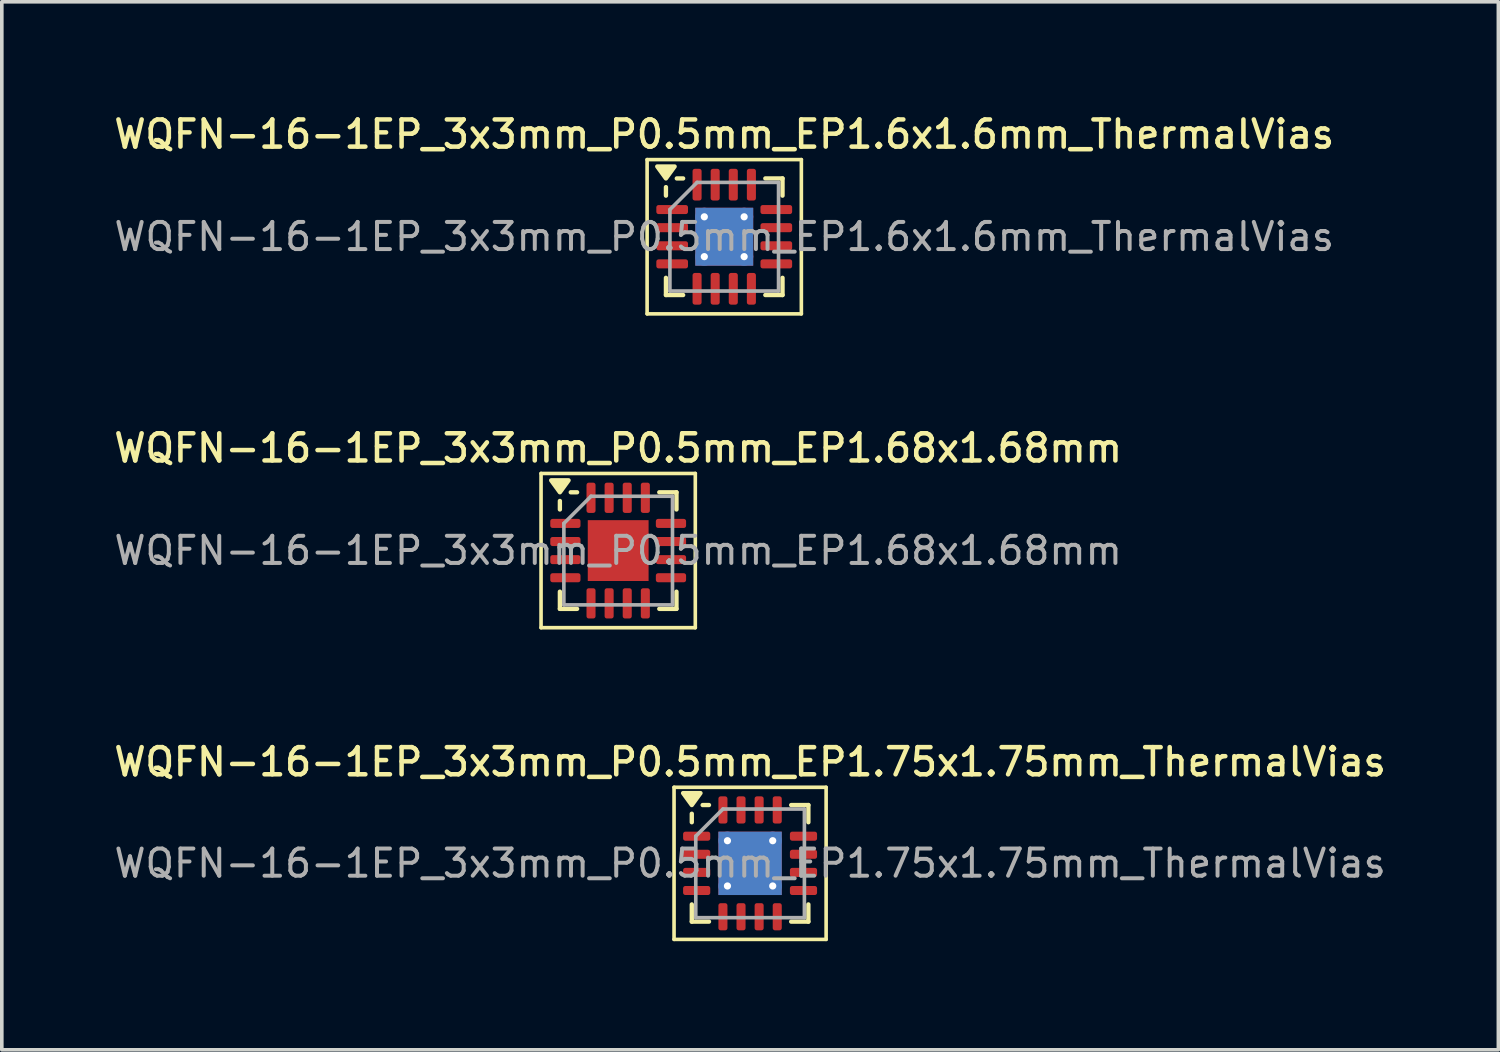
<source format=kicad_pcb>
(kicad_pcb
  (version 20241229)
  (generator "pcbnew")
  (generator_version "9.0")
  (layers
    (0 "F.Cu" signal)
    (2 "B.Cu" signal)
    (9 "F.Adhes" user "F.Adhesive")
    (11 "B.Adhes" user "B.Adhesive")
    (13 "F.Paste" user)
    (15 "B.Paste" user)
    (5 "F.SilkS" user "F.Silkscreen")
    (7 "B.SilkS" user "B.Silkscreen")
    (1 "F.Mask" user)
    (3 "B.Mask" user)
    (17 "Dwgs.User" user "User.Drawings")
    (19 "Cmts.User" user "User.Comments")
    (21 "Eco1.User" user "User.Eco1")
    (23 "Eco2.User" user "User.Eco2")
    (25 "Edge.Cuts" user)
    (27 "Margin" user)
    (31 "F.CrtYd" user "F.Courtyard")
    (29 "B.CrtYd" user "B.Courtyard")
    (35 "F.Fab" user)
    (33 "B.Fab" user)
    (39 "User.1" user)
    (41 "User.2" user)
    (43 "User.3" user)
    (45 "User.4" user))
  (footprint "WQFN-16-1EP_3x3mm_P0.5mm_EP1.68x1.68mm"
    (layer "F.Cu")
    (at 14.023 12.156)
    (property "Reference" "WQFN-16-1EP_3x3mm_P0.5mm_EP1.68x1.68mm" (at 0 -2.83 0) (layer "F.SilkS") (effects (font (size 0.75 0.75) (thickness 0.125))))
    (attr smd)
    (fp_line (start -2.13 -2.13) (end -2.13 2.13) (stroke (width 0.1) (type solid)) (layer "F.SilkS"))
    (fp_line (start -2.13 2.13) (end 2.13 2.13) (stroke (width 0.1) (type solid)) (layer "F.SilkS"))
    (fp_line (start -1.61 -1.135) (end -1.61 -1.37) (stroke (width 0.12) (type solid)) (layer "F.SilkS"))
    (fp_line (start -1.61 1.61) (end -1.61 1.135) (stroke (width 0.12) (type solid)) (layer "F.SilkS"))
    (fp_line (start -1.135 -1.61) (end -1.31 -1.61) (stroke (width 0.12) (type solid)) (layer "F.SilkS"))
    (fp_line (start -1.135 1.61) (end -1.61 1.61) (stroke (width 0.12) (type solid)) (layer "F.SilkS"))
    (fp_line (start 1.135 -1.61) (end 1.61 -1.61) (stroke (width 0.12) (type solid)) (layer "F.SilkS"))
    (fp_line (start 1.135 1.61) (end 1.61 1.61) (stroke (width 0.12) (type solid)) (layer "F.SilkS"))
    (fp_line (start 1.61 -1.61) (end 1.61 -1.135) (stroke (width 0.12) (type solid)) (layer "F.SilkS"))
    (fp_line (start 1.61 1.61) (end 1.61 1.135) (stroke (width 0.12) (type solid)) (layer "F.SilkS"))
    (fp_line (start 2.13 -2.13) (end -2.13 -2.13) (stroke (width 0.1) (type solid)) (layer "F.SilkS"))
    (fp_line (start 2.13 2.13) (end 2.13 -2.13) (stroke (width 0.1) (type solid)) (layer "F.SilkS"))
    (fp_poly (pts (xy -1.61 -1.61) (xy -1.85 -1.94) (xy -1.37 -1.94) (xy -1.61 -1.61)) (stroke (width 0.12) (type solid)) (fill yes) (layer "F.SilkS"))
    (fp_line (start -1.5 -0.75) (end -0.75 -1.5) (stroke (width 0.1) (type solid)) (layer "F.Fab"))
    (fp_line (start -1.5 1.5) (end -1.5 -0.75) (stroke (width 0.1) (type solid)) (layer "F.Fab"))
    (fp_line (start -0.75 -1.5) (end 1.5 -1.5) (stroke (width 0.1) (type solid)) (layer "F.Fab"))
    (fp_line (start 1.5 -1.5) (end 1.5 1.5) (stroke (width 0.1) (type solid)) (layer "F.Fab"))
    (fp_line (start 1.5 1.5) (end -1.5 1.5) (stroke (width 0.1) (type solid)) (layer "F.Fab"))
    (fp_text user "${REFERENCE}" (at 0 0 0) (layer "F.Fab") (effects (font (size 0.75 0.75) (thickness 0.11))))
    (pad "" smd roundrect (at -0.42 -0.42) (size 0.68 0.68) (layers "F.Paste") (roundrect_rratio 0.25))
    (pad "" smd roundrect (at -0.42 0.42) (size 0.68 0.68) (layers "F.Paste") (roundrect_rratio 0.25))
    (pad "" smd roundrect (at 0.42 -0.42) (size 0.68 0.68) (layers "F.Paste") (roundrect_rratio 0.25))
    (pad "" smd roundrect (at 0.42 0.42) (size 0.68 0.68) (layers "F.Paste") (roundrect_rratio 0.25))
    (pad "1" smd roundrect (at -1.458 -0.75) (size 0.835 0.25) (layers "F.Cu" "F.Mask" "F.Paste") (roundrect_rratio 0.25))
    (pad "2" smd roundrect (at -1.458 -0.25) (size 0.835 0.25) (layers "F.Cu" "F.Mask" "F.Paste") (roundrect_rratio 0.25))
    (pad "3" smd roundrect (at -1.458 0.25) (size 0.835 0.25) (layers "F.Cu" "F.Mask" "F.Paste") (roundrect_rratio 0.25))
    (pad "4" smd roundrect (at -1.458 0.75) (size 0.835 0.25) (layers "F.Cu" "F.Mask" "F.Paste") (roundrect_rratio 0.25))
    (pad "5" smd roundrect (at -0.75 1.458) (size 0.25 0.835) (layers "F.Cu" "F.Mask" "F.Paste") (roundrect_rratio 0.25))
    (pad "6" smd roundrect (at -0.25 1.458) (size 0.25 0.835) (layers "F.Cu" "F.Mask" "F.Paste") (roundrect_rratio 0.25))
    (pad "7" smd roundrect (at 0.25 1.458) (size 0.25 0.835) (layers "F.Cu" "F.Mask" "F.Paste") (roundrect_rratio 0.25))
    (pad "8" smd roundrect (at 0.75 1.458) (size 0.25 0.835) (layers "F.Cu" "F.Mask" "F.Paste") (roundrect_rratio 0.25))
    (pad "9" smd roundrect (at 1.458 0.75) (size 0.835 0.25) (layers "F.Cu" "F.Mask" "F.Paste") (roundrect_rratio 0.25))
    (pad "10" smd roundrect (at 1.458 0.25) (size 0.835 0.25) (layers "F.Cu" "F.Mask" "F.Paste") (roundrect_rratio 0.25))
    (pad "11" smd roundrect (at 1.458 -0.25) (size 0.835 0.25) (layers "F.Cu" "F.Mask" "F.Paste") (roundrect_rratio 0.25))
    (pad "12" smd roundrect (at 1.458 -0.75) (size 0.835 0.25) (layers "F.Cu" "F.Mask" "F.Paste") (roundrect_rratio 0.25))
    (pad "13" smd roundrect (at 0.75 -1.458) (size 0.25 0.835) (layers "F.Cu" "F.Mask" "F.Paste") (roundrect_rratio 0.25))
    (pad "14" smd roundrect (at 0.25 -1.458) (size 0.25 0.835) (layers "F.Cu" "F.Mask" "F.Paste") (roundrect_rratio 0.25))
    (pad "15" smd roundrect (at -0.25 -1.458) (size 0.25 0.835) (layers "F.Cu" "F.Mask" "F.Paste") (roundrect_rratio 0.25))
    (pad "16" smd roundrect (at -0.75 -1.458) (size 0.25 0.835) (layers "F.Cu" "F.Mask" "F.Paste") (roundrect_rratio 0.25))
    (pad "17" smd rect (at 0 0) (size 1.68 1.68) (property pad_prop_heatsink) (layers "F.Cu" "F.Mask")))
  (footprint "WQFN-16-1EP_3x3mm_P0.5mm_EP1.6x1.6mm_ThermalVias"
    (layer "F.Cu")
    (at 16.952 3.488)
    (property "Reference" "WQFN-16-1EP_3x3mm_P0.5mm_EP1.6x1.6mm_ThermalVias" (at 0 -2.83 0) (layer "F.SilkS") (effects (font (size 0.75 0.75) (thickness 0.125))))
    (attr smd)
    (fp_line (start -2.13 -2.13) (end -2.13 2.13) (stroke (width 0.1) (type solid)) (layer "F.SilkS"))
    (fp_line (start -2.13 2.13) (end 2.13 2.13) (stroke (width 0.1) (type solid)) (layer "F.SilkS"))
    (fp_line (start -1.61 -1.135) (end -1.61 -1.37) (stroke (width 0.12) (type solid)) (layer "F.SilkS"))
    (fp_line (start -1.61 1.61) (end -1.61 1.135) (stroke (width 0.12) (type solid)) (layer "F.SilkS"))
    (fp_line (start -1.135 -1.61) (end -1.31 -1.61) (stroke (width 0.12) (type solid)) (layer "F.SilkS"))
    (fp_line (start -1.135 1.61) (end -1.61 1.61) (stroke (width 0.12) (type solid)) (layer "F.SilkS"))
    (fp_line (start 1.135 -1.61) (end 1.61 -1.61) (stroke (width 0.12) (type solid)) (layer "F.SilkS"))
    (fp_line (start 1.135 1.61) (end 1.61 1.61) (stroke (width 0.12) (type solid)) (layer "F.SilkS"))
    (fp_line (start 1.61 -1.61) (end 1.61 -1.135) (stroke (width 0.12) (type solid)) (layer "F.SilkS"))
    (fp_line (start 1.61 1.61) (end 1.61 1.135) (stroke (width 0.12) (type solid)) (layer "F.SilkS"))
    (fp_line (start 2.13 -2.13) (end -2.13 -2.13) (stroke (width 0.1) (type solid)) (layer "F.SilkS"))
    (fp_line (start 2.13 2.13) (end 2.13 -2.13) (stroke (width 0.1) (type solid)) (layer "F.SilkS"))
    (fp_poly (pts (xy -1.61 -1.61) (xy -1.85 -1.94) (xy -1.37 -1.94) (xy -1.61 -1.61)) (stroke (width 0.12) (type solid)) (fill yes) (layer "F.SilkS"))
    (fp_line (start -1.5 -0.75) (end -0.75 -1.5) (stroke (width 0.1) (type solid)) (layer "F.Fab"))
    (fp_line (start -1.5 1.5) (end -1.5 -0.75) (stroke (width 0.1) (type solid)) (layer "F.Fab"))
    (fp_line (start -0.75 -1.5) (end 1.5 -1.5) (stroke (width 0.1) (type solid)) (layer "F.Fab"))
    (fp_line (start 1.5 -1.5) (end 1.5 1.5) (stroke (width 0.1) (type solid)) (layer "F.Fab"))
    (fp_line (start 1.5 1.5) (end -1.5 1.5) (stroke (width 0.1) (type solid)) (layer "F.Fab"))
    (fp_text user "${REFERENCE}" (at 0 0 0) (layer "F.Fab") (effects (font (size 0.75 0.75) (thickness 0.11))))
    (pad "" smd roundrect (at -0.4 -0.4) (size 0.69 0.69) (layers "F.Paste") (roundrect_rratio 0.25))
    (pad "" smd roundrect (at -0.4 0.4) (size 0.69 0.69) (layers "F.Paste") (roundrect_rratio 0.25))
    (pad "" smd roundrect (at 0.4 -0.4) (size 0.69 0.69) (layers "F.Paste") (roundrect_rratio 0.25))
    (pad "" smd roundrect (at 0.4 0.4) (size 0.69 0.69) (layers "F.Paste") (roundrect_rratio 0.25))
    (pad "1" smd roundrect (at -1.438 -0.75) (size 0.875 0.25) (layers "F.Cu" "F.Mask" "F.Paste") (roundrect_rratio 0.25))
    (pad "2" smd roundrect (at -1.438 -0.25) (size 0.875 0.25) (layers "F.Cu" "F.Mask" "F.Paste") (roundrect_rratio 0.25))
    (pad "3" smd roundrect (at -1.438 0.25) (size 0.875 0.25) (layers "F.Cu" "F.Mask" "F.Paste") (roundrect_rratio 0.25))
    (pad "4" smd roundrect (at -1.438 0.75) (size 0.875 0.25) (layers "F.Cu" "F.Mask" "F.Paste") (roundrect_rratio 0.25))
    (pad "5" smd roundrect (at -0.75 1.438) (size 0.25 0.875) (layers "F.Cu" "F.Mask" "F.Paste") (roundrect_rratio 0.25))
    (pad "6" smd roundrect (at -0.25 1.438) (size 0.25 0.875) (layers "F.Cu" "F.Mask" "F.Paste") (roundrect_rratio 0.25))
    (pad "7" smd roundrect (at 0.25 1.438) (size 0.25 0.875) (layers "F.Cu" "F.Mask" "F.Paste") (roundrect_rratio 0.25))
    (pad "8" smd roundrect (at 0.75 1.438) (size 0.25 0.875) (layers "F.Cu" "F.Mask" "F.Paste") (roundrect_rratio 0.25))
    (pad "9" smd roundrect (at 1.438 0.75) (size 0.875 0.25) (layers "F.Cu" "F.Mask" "F.Paste") (roundrect_rratio 0.25))
    (pad "10" smd roundrect (at 1.438 0.25) (size 0.875 0.25) (layers "F.Cu" "F.Mask" "F.Paste") (roundrect_rratio 0.25))
    (pad "11" smd roundrect (at 1.438 -0.25) (size 0.875 0.25) (layers "F.Cu" "F.Mask" "F.Paste") (roundrect_rratio 0.25))
    (pad "12" smd roundrect (at 1.438 -0.75) (size 0.875 0.25) (layers "F.Cu" "F.Mask" "F.Paste") (roundrect_rratio 0.25))
    (pad "13" smd roundrect (at 0.75 -1.438) (size 0.25 0.875) (layers "F.Cu" "F.Mask" "F.Paste") (roundrect_rratio 0.25))
    (pad "14" smd roundrect (at 0.25 -1.438) (size 0.25 0.875) (layers "F.Cu" "F.Mask" "F.Paste") (roundrect_rratio 0.25))
    (pad "15" smd roundrect (at -0.25 -1.438) (size 0.25 0.875) (layers "F.Cu" "F.Mask" "F.Paste") (roundrect_rratio 0.25))
    (pad "16" smd roundrect (at -0.75 -1.438) (size 0.25 0.875) (layers "F.Cu" "F.Mask" "F.Paste") (roundrect_rratio 0.25))
    (pad "17" thru_hole circle (at -0.55 -0.55) (size 0.5 0.5) (drill 0.2) (property pad_prop_heatsink) (layers "*.Cu"))
    (pad "17" thru_hole circle (at -0.55 0.55) (size 0.5 0.5) (drill 0.2) (property pad_prop_heatsink) (layers "*.Cu"))
    (pad "17" smd rect (at 0 0) (size 1.6 1.6) (property pad_prop_heatsink) (layers "F.Cu" "F.Mask"))
    (pad "17" smd rect (at 0 0) (size 1.6 1.6) (property pad_prop_heatsink) (layers "B.Cu"))
    (pad "17" thru_hole circle (at 0.55 -0.55) (size 0.5 0.5) (drill 0.2) (property pad_prop_heatsink) (layers "*.Cu"))
    (pad "17" thru_hole circle (at 0.55 0.55) (size 0.5 0.5) (drill 0.2) (property pad_prop_heatsink) (layers "*.Cu")))
  (footprint "WQFN-16-1EP_3x3mm_P0.5mm_EP1.75x1.75mm_ThermalVias"
    (layer "F.Cu")
    (at 17.666 20.794)
    (property "Reference" "WQFN-16-1EP_3x3mm_P0.5mm_EP1.75x1.75mm_ThermalVias" (at 0 -2.8 0) (layer "F.SilkS") (effects (font (size 0.75 0.75) (thickness 0.125))))
    (attr smd)
    (fp_line (start -2.1 -2.1) (end -2.1 2.1) (stroke (width 0.1) (type solid)) (layer "F.SilkS"))
    (fp_line (start -2.1 2.1) (end 2.1 2.1) (stroke (width 0.1) (type solid)) (layer "F.SilkS"))
    (fp_line (start -1.61 -1.135) (end -1.61 -1.37) (stroke (width 0.12) (type solid)) (layer "F.SilkS"))
    (fp_line (start -1.61 1.61) (end -1.61 1.135) (stroke (width 0.12) (type solid)) (layer "F.SilkS"))
    (fp_line (start -1.135 -1.61) (end -1.31 -1.61) (stroke (width 0.12) (type solid)) (layer "F.SilkS"))
    (fp_line (start -1.135 1.61) (end -1.61 1.61) (stroke (width 0.12) (type solid)) (layer "F.SilkS"))
    (fp_line (start 1.135 -1.61) (end 1.61 -1.61) (stroke (width 0.12) (type solid)) (layer "F.SilkS"))
    (fp_line (start 1.135 1.61) (end 1.61 1.61) (stroke (width 0.12) (type solid)) (layer "F.SilkS"))
    (fp_line (start 1.61 -1.61) (end 1.61 -1.135) (stroke (width 0.12) (type solid)) (layer "F.SilkS"))
    (fp_line (start 1.61 1.61) (end 1.61 1.135) (stroke (width 0.12) (type solid)) (layer "F.SilkS"))
    (fp_line (start 2.1 -2.1) (end -2.1 -2.1) (stroke (width 0.1) (type solid)) (layer "F.SilkS"))
    (fp_line (start 2.1 2.1) (end 2.1 -2.1) (stroke (width 0.1) (type solid)) (layer "F.SilkS"))
    (fp_poly (pts (xy -1.61 -1.61) (xy -1.85 -1.94) (xy -1.37 -1.94) (xy -1.61 -1.61)) (stroke (width 0.12) (type solid)) (fill yes) (layer "F.SilkS"))
    (fp_line (start -1.5 -0.75) (end -0.75 -1.5) (stroke (width 0.1) (type solid)) (layer "F.Fab"))
    (fp_line (start -1.5 1.5) (end -1.5 -0.75) (stroke (width 0.1) (type solid)) (layer "F.Fab"))
    (fp_line (start -0.75 -1.5) (end 1.5 -1.5) (stroke (width 0.1) (type solid)) (layer "F.Fab"))
    (fp_line (start 1.5 -1.5) (end 1.5 1.5) (stroke (width 0.1) (type solid)) (layer "F.Fab"))
    (fp_line (start 1.5 1.5) (end -1.5 1.5) (stroke (width 0.1) (type solid)) (layer "F.Fab"))
    (fp_text user "${REFERENCE}" (at 0 0 0) (layer "F.Fab") (effects (font (size 0.75 0.75) (thickness 0.11))))
    (pad "" smd roundrect (at -0.44 -0.44) (size 0.76 0.76) (layers "F.Paste") (roundrect_rratio 0.25))
    (pad "" smd roundrect (at -0.44 0.44) (size 0.76 0.76) (layers "F.Paste") (roundrect_rratio 0.25))
    (pad "" smd roundrect (at 0.44 -0.44) (size 0.76 0.76) (layers "F.Paste") (roundrect_rratio 0.25))
    (pad "" smd roundrect (at 0.44 0.44) (size 0.76 0.76) (layers "F.Paste") (roundrect_rratio 0.25))
    (pad "1" smd roundrect (at -1.475 -0.75) (size 0.75 0.25) (layers "F.Cu" "F.Mask" "F.Paste") (roundrect_rratio 0.25))
    (pad "2" smd roundrect (at -1.475 -0.25) (size 0.75 0.25) (layers "F.Cu" "F.Mask" "F.Paste") (roundrect_rratio 0.25))
    (pad "3" smd roundrect (at -1.475 0.25) (size 0.75 0.25) (layers "F.Cu" "F.Mask" "F.Paste") (roundrect_rratio 0.25))
    (pad "4" smd roundrect (at -1.475 0.75) (size 0.75 0.25) (layers "F.Cu" "F.Mask" "F.Paste") (roundrect_rratio 0.25))
    (pad "5" smd roundrect (at -0.75 1.475) (size 0.25 0.75) (layers "F.Cu" "F.Mask" "F.Paste") (roundrect_rratio 0.25))
    (pad "6" smd roundrect (at -0.25 1.475) (size 0.25 0.75) (layers "F.Cu" "F.Mask" "F.Paste") (roundrect_rratio 0.25))
    (pad "7" smd roundrect (at 0.25 1.475) (size 0.25 0.75) (layers "F.Cu" "F.Mask" "F.Paste") (roundrect_rratio 0.25))
    (pad "8" smd roundrect (at 0.75 1.475) (size 0.25 0.75) (layers "F.Cu" "F.Mask" "F.Paste") (roundrect_rratio 0.25))
    (pad "9" smd roundrect (at 1.475 0.75) (size 0.75 0.25) (layers "F.Cu" "F.Mask" "F.Paste") (roundrect_rratio 0.25))
    (pad "10" smd roundrect (at 1.475 0.25) (size 0.75 0.25) (layers "F.Cu" "F.Mask" "F.Paste") (roundrect_rratio 0.25))
    (pad "11" smd roundrect (at 1.475 -0.25) (size 0.75 0.25) (layers "F.Cu" "F.Mask" "F.Paste") (roundrect_rratio 0.25))
    (pad "12" smd roundrect (at 1.475 -0.75) (size 0.75 0.25) (layers "F.Cu" "F.Mask" "F.Paste") (roundrect_rratio 0.25))
    (pad "13" smd roundrect (at 0.75 -1.475) (size 0.25 0.75) (layers "F.Cu" "F.Mask" "F.Paste") (roundrect_rratio 0.25))
    (pad "14" smd roundrect (at 0.25 -1.475) (size 0.25 0.75) (layers "F.Cu" "F.Mask" "F.Paste") (roundrect_rratio 0.25))
    (pad "15" smd roundrect (at -0.25 -1.475) (size 0.25 0.75) (layers "F.Cu" "F.Mask" "F.Paste") (roundrect_rratio 0.25))
    (pad "16" smd roundrect (at -0.75 -1.475) (size 0.25 0.75) (layers "F.Cu" "F.Mask" "F.Paste") (roundrect_rratio 0.25))
    (pad "17" thru_hole circle (at -0.625 -0.625) (size 0.5 0.5) (drill 0.2) (property pad_prop_heatsink) (layers "*.Cu"))
    (pad "17" thru_hole circle (at -0.625 0.625) (size 0.5 0.5) (drill 0.2) (property pad_prop_heatsink) (layers "*.Cu"))
    (pad "17" smd rect (at 0 0) (size 1.75 1.75) (property pad_prop_heatsink) (layers "F.Cu" "F.Mask"))
    (pad "17" smd rect (at 0 0) (size 1.75 1.75) (property pad_prop_heatsink) (layers "B.Cu"))
    (pad "17" thru_hole circle (at 0.625 -0.625) (size 0.5 0.5) (drill 0.2) (property pad_prop_heatsink) (layers "*.Cu"))
    (pad "17" thru_hole circle (at 0.625 0.625) (size 0.5 0.5) (drill 0.2) (property pad_prop_heatsink) (layers "*.Cu")))
  (gr_rect
    (start -3 -3)
    (end 38.332 25.944)
    (stroke (width 0.1) (type default))
    (fill no)
    (layer "Edge.Cuts")))
</source>
